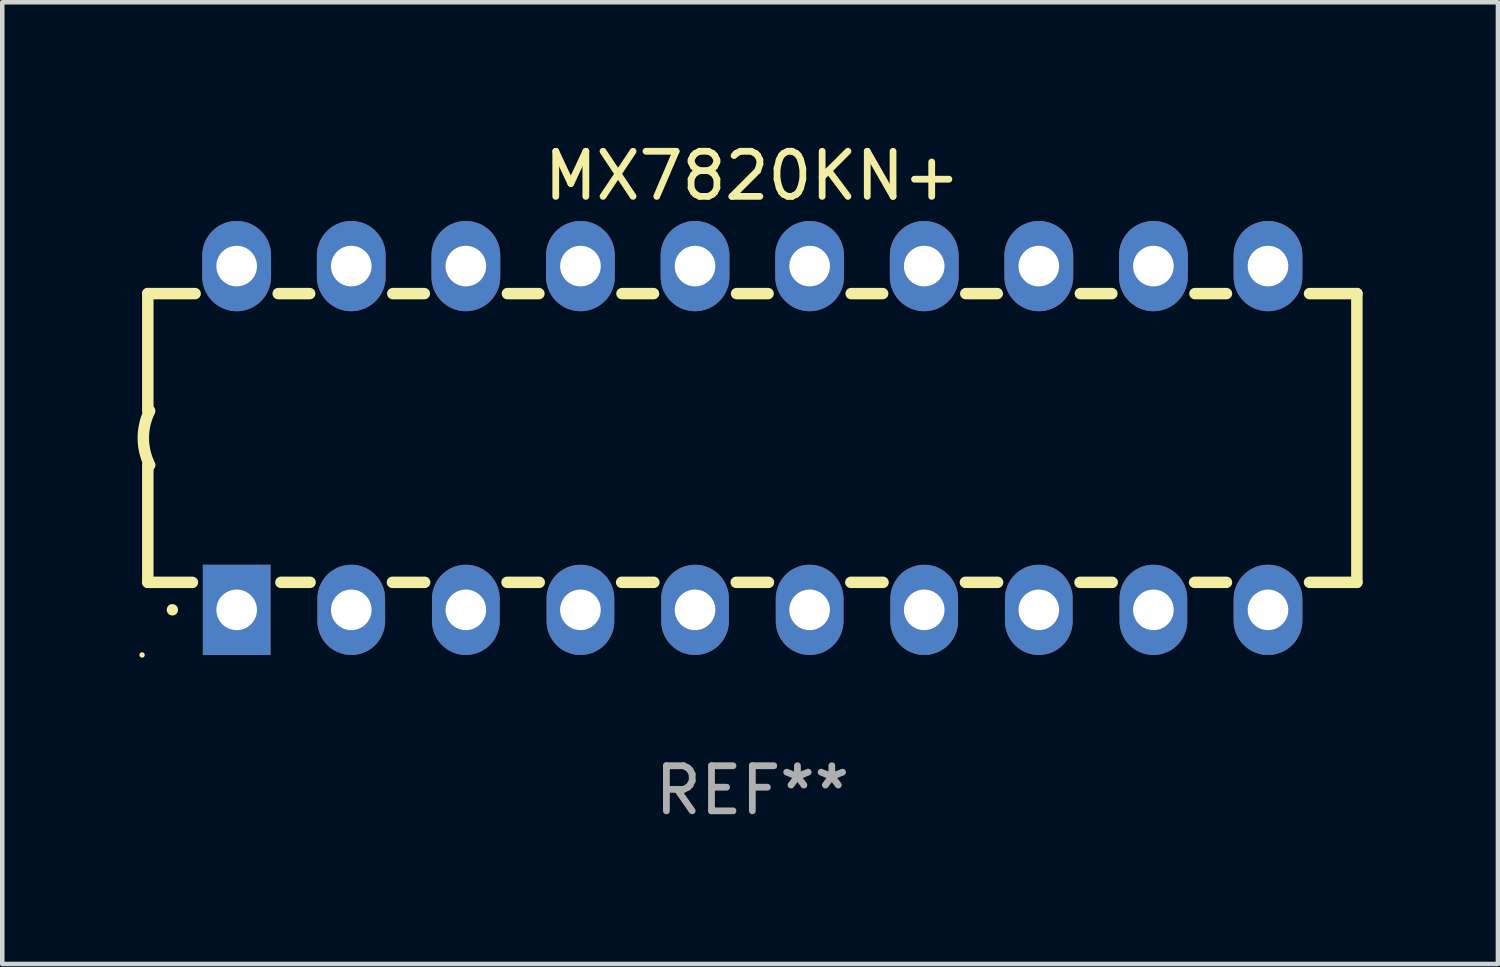
<source format=kicad_pcb>
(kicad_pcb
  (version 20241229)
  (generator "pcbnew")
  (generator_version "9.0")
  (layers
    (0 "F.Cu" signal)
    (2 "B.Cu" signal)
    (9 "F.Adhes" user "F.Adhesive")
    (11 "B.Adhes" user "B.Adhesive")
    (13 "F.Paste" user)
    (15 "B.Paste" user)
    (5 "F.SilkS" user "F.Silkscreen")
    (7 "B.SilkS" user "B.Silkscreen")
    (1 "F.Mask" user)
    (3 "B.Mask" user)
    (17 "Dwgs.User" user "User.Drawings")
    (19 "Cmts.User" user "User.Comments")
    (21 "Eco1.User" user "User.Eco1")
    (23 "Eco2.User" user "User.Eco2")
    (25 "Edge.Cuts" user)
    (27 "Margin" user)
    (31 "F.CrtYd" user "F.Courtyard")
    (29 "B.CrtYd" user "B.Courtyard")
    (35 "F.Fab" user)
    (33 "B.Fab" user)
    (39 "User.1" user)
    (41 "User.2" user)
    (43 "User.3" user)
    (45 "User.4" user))
  (footprint "MX7820KN+"
    (layer "F.Cu")
    (at 13.626 6.658)
    (property "Reference" "MX7820KN+" (at 0 -5.81 0) (layer "F.SilkS") (effects (font (size 1 1) (thickness 0.15))))
    (attr through_hole)
    (fp_line (start -13.4 -3.2) (end -12.351 -3.2) (stroke (width 0.254) (type solid)) (layer "F.SilkS"))
    (fp_line (start -13.4 -0.6) (end -13.4 -3.2) (stroke (width 0.254) (type solid)) (layer "F.SilkS"))
    (fp_line (start -13.4 3.2) (end -13.4 0.6) (stroke (width 0.254) (type solid)) (layer "F.SilkS"))
    (fp_line (start -13.4 3.2) (end -12.411 3.2) (stroke (width 0.254) (type solid)) (layer "F.SilkS"))
    (fp_line (start -10.509 -3.2) (end -9.811 -3.2) (stroke (width 0.254) (type solid)) (layer "F.SilkS"))
    (fp_line (start -10.449 3.2) (end -9.803 3.2) (stroke (width 0.254) (type solid)) (layer "F.SilkS"))
    (fp_line (start -7.977 3.2) (end -7.263 3.2) (stroke (width 0.254) (type solid)) (layer "F.SilkS"))
    (fp_line (start -7.969 -3.2) (end -7.271 -3.2) (stroke (width 0.254) (type solid)) (layer "F.SilkS"))
    (fp_line (start -5.437 3.2) (end -4.723 3.2) (stroke (width 0.254) (type solid)) (layer "F.SilkS"))
    (fp_line (start -5.429 -3.2) (end -4.731 -3.2) (stroke (width 0.254) (type solid)) (layer "F.SilkS"))
    (fp_line (start -2.897 3.2) (end -2.183 3.2) (stroke (width 0.254) (type solid)) (layer "F.SilkS"))
    (fp_line (start -2.889 -3.2) (end -2.191 -3.2) (stroke (width 0.254) (type solid)) (layer "F.SilkS"))
    (fp_line (start -0.357 3.2) (end 0.357 3.2) (stroke (width 0.254) (type solid)) (layer "F.SilkS"))
    (fp_line (start -0.349 -3.2) (end 0.349 -3.2) (stroke (width 0.254) (type solid)) (layer "F.SilkS"))
    (fp_line (start 2.183 3.2) (end 2.897 3.2) (stroke (width 0.254) (type solid)) (layer "F.SilkS"))
    (fp_line (start 2.191 -3.2) (end 2.889 -3.2) (stroke (width 0.254) (type solid)) (layer "F.SilkS"))
    (fp_line (start 4.723 3.2) (end 5.437 3.2) (stroke (width 0.254) (type solid)) (layer "F.SilkS"))
    (fp_line (start 4.731 -3.2) (end 5.429 -3.2) (stroke (width 0.254) (type solid)) (layer "F.SilkS"))
    (fp_line (start 7.263 3.2) (end 7.977 3.2) (stroke (width 0.254) (type solid)) (layer "F.SilkS"))
    (fp_line (start 7.271 -3.2) (end 7.969 -3.2) (stroke (width 0.254) (type solid)) (layer "F.SilkS"))
    (fp_line (start 9.803 3.2) (end 10.509 3.2) (stroke (width 0.254) (type solid)) (layer "F.SilkS"))
    (fp_line (start 9.811 -3.2) (end 10.509 -3.2) (stroke (width 0.254) (type solid)) (layer "F.SilkS"))
    (fp_line (start 12.351 -3.2) (end 13.4 -3.2) (stroke (width 0.254) (type solid)) (layer "F.SilkS"))
    (fp_line (start 12.351 3.2) (end 13.4 3.2) (stroke (width 0.254) (type solid)) (layer "F.SilkS"))
    (fp_line (start 13.4 -3.2) (end 13.4 3.2) (stroke (width 0.254) (type solid)) (layer "F.SilkS"))
    (fp_arc (start -13.357557 0.599721) (mid -13.499295 0.000123) (end -13.358598 -0.599721) (stroke (width 0.254001) (type solid)) (layer "F.SilkS"))
    (fp_arc (start -12.854966 3.810008) (mid -12.854973 3.808738) (end -12.854966 3.807468) (stroke (width 0.25) (type solid)) (layer "F.SilkS"))
    (fp_circle (center -13.527 4.81) (end -13.497 4.81) (stroke (width 0.06) (type solid)) (fill no) (layer "F.SilkS"))
    (fp_text user "REF**" (at 0 7.81 0) (layer "F.Fab") (effects (font (size 1 1) (thickness 0.15))))
    (pad "1" thru_hole rect (at -11.43 3.81 90) (size 2 1.5) (drill 0.9) (layers "*.Cu" "*.Mask"))
    (pad "2" thru_hole oval (at -8.89 3.81 90) (size 2 1.5) (drill 0.9) (layers "*.Cu" "*.Mask"))
    (pad "3" thru_hole oval (at -6.35 3.81 90) (size 2 1.5) (drill 0.9) (layers "*.Cu" "*.Mask"))
    (pad "4" thru_hole oval (at -3.81 3.81 90) (size 2 1.5) (drill 0.9) (layers "*.Cu" "*.Mask"))
    (pad "5" thru_hole oval (at -1.27 3.81 90) (size 2 1.5) (drill 0.9) (layers "*.Cu" "*.Mask"))
    (pad "6" thru_hole oval (at 1.27 3.81 90) (size 2 1.5) (drill 0.9) (layers "*.Cu" "*.Mask"))
    (pad "7" thru_hole oval (at 3.81 3.81 90) (size 2 1.5) (drill 0.9) (layers "*.Cu" "*.Mask"))
    (pad "8" thru_hole oval (at 6.35 3.81 90) (size 2 1.5) (drill 0.9) (layers "*.Cu" "*.Mask"))
    (pad "9" thru_hole oval (at 8.89 3.81 90) (size 2 1.5) (drill 0.9) (layers "*.Cu" "*.Mask"))
    (pad "10" thru_hole oval (at 11.43 3.81 90) (size 2 1.524) (drill 0.9) (layers "*.Cu" "*.Mask"))
    (pad "11" thru_hole oval (at 11.43 -3.81 90) (size 2 1.524) (drill 0.9) (layers "*.Cu" "*.Mask"))
    (pad "12" thru_hole oval (at 8.89 -3.81 90) (size 2 1.524) (drill 0.9) (layers "*.Cu" "*.Mask"))
    (pad "13" thru_hole oval (at 6.35 -3.81 90) (size 2 1.524) (drill 0.9) (layers "*.Cu" "*.Mask"))
    (pad "14" thru_hole oval (at 3.81 -3.81 90) (size 2 1.524) (drill 0.9) (layers "*.Cu" "*.Mask"))
    (pad "15" thru_hole oval (at 1.27 -3.81 90) (size 2 1.524) (drill 0.9) (layers "*.Cu" "*.Mask"))
    (pad "16" thru_hole oval (at -1.27 -3.81 90) (size 2 1.524) (drill 0.9) (layers "*.Cu" "*.Mask"))
    (pad "17" thru_hole oval (at -3.81 -3.81 90) (size 2 1.524) (drill 0.9) (layers "*.Cu" "*.Mask"))
    (pad "18" thru_hole oval (at -6.35 -3.81 90) (size 2 1.524) (drill 0.9) (layers "*.Cu" "*.Mask"))
    (pad "19" thru_hole oval (at -8.89 -3.81 90) (size 2 1.524) (drill 0.9) (layers "*.Cu" "*.Mask"))
    (pad "20" thru_hole oval (at -11.43 -3.81 90) (size 2 1.524) (drill 0.9) (layers "*.Cu" "*.Mask")))
  (gr_rect
    (start -3 -3)
    (end 30.153 18.317)
    (stroke (width 0.1) (type default))
    (fill no)
    (layer "Edge.Cuts")))
</source>
